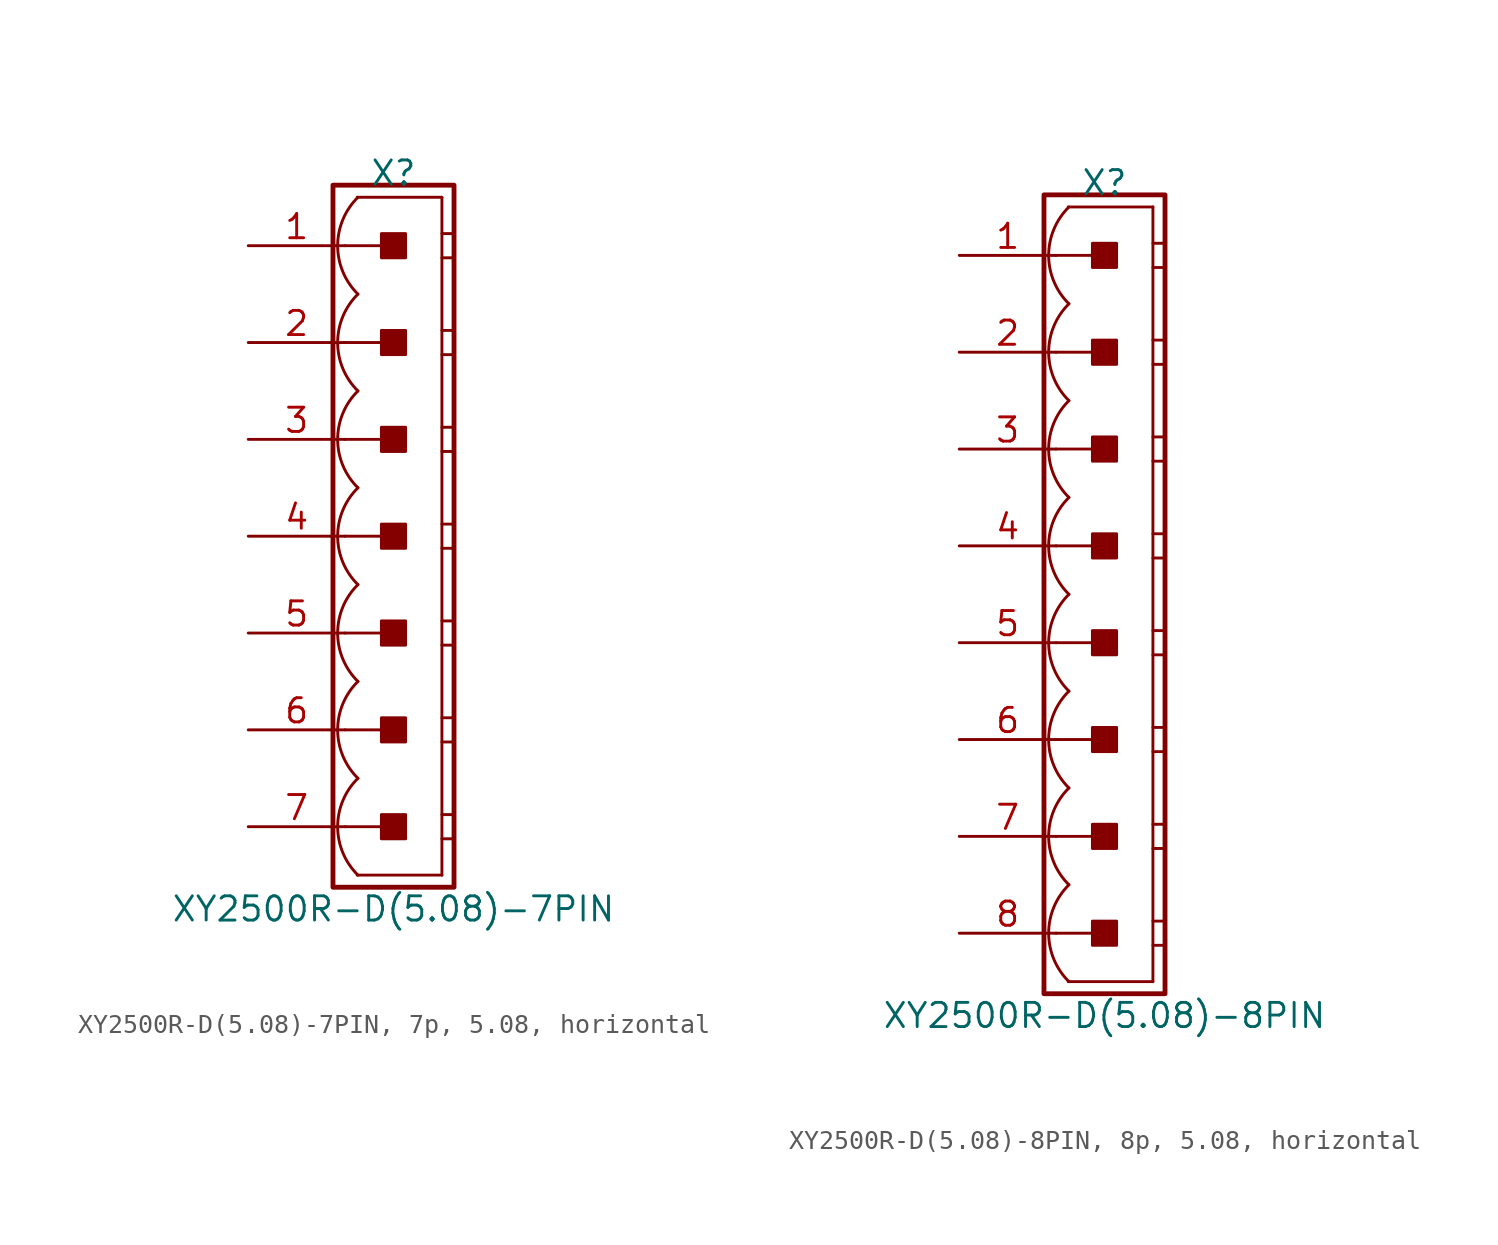
<source format=kicad_sym>
(kicad_symbol_lib
  (version 20241209)
  (generator "kicad_symbol_editor")
  (generator_version "9.0")
  (symbol "XY2500R-D(5.08)-7PIN, 7p, 5.08, horizontal"
    (pin_names
      (offset 1.016)
      (hide yes))
    (property "Reference" "X"
      (at 0 19.05 0)
      (effects (font (size 1.27 1.27))))
    (property "Value" "XY2500R-D(5.08)-7PIN"
      (at 0 -19.558 0)
      (effects (font (size 1.27 1.27))))
    (symbol "XY2500R-D(5.08)-7PIN, 7p, 5.08, horizontal_0_1"
      (polyline (pts (xy 2.54 17.78) (xy -1.905 17.78)) (stroke (width 0.152) (type default)) (fill (type none)))
      (polyline (pts (xy 2.54 17.78) (xy 2.54 -17.78)) (stroke (width 0.152) (type default)) (fill (type none)))
      (polyline (pts (xy 2.54 15.875) (xy 3.175 15.875)) (stroke (width 0.152) (type default)) (fill (type none)))
      (polyline (pts (xy 2.54 14.605) (xy 3.175 14.605)) (stroke (width 0.152) (type default)) (fill (type none)))
      (polyline (pts (xy 2.54 10.795) (xy 3.175 10.795)) (stroke (width 0.152) (type default)) (fill (type none)))
      (polyline (pts (xy 2.54 9.525) (xy 3.175 9.525)) (stroke (width 0.152) (type default)) (fill (type none)))
      (polyline (pts (xy 2.54 5.715) (xy 3.175 5.715)) (stroke (width 0.152) (type default)) (fill (type none)))
      (polyline (pts (xy 2.54 4.445) (xy 3.175 4.445)) (stroke (width 0.152) (type default)) (fill (type none)))
      (polyline (pts (xy 2.54 0.635) (xy 3.175 0.635)) (stroke (width 0.152) (type default)) (fill (type none)))
      (polyline (pts (xy 2.54 -0.635) (xy 3.175 -0.635)) (stroke (width 0.152) (type default)) (fill (type none)))
      (polyline (pts (xy 2.54 -4.445) (xy 3.175 -4.445)) (stroke (width 0.152) (type default)) (fill (type none)))
      (polyline (pts (xy 2.54 -5.715) (xy 3.175 -5.715)) (stroke (width 0.152) (type default)) (fill (type none)))
      (polyline (pts (xy 2.54 -9.525) (xy 3.175 -9.525)) (stroke (width 0.152) (type default)) (fill (type none)))
      (polyline (pts (xy 2.54 -10.795) (xy 3.175 -10.795)) (stroke (width 0.152) (type default)) (fill (type none)))
      (polyline (pts (xy 2.54 -14.605) (xy 3.175 -14.605)) (stroke (width 0.152) (type default)) (fill (type none)))
      (polyline (pts (xy 2.54 -15.875) (xy 3.175 -15.875)) (stroke (width 0.152) (type default)) (fill (type none)))
      (polyline (pts (xy 2.54 -17.78) (xy -1.905 -17.78)) (stroke (width 0.152) (type default)) (fill (type none))))
    (symbol "XY2500R-D(5.08)-7PIN, 7p, 5.08, horizontal_1_0"
      (polyline (pts (xy -2.54 15.24) (xy 0 15.24)) (stroke (width 0.152) (type default)) (fill (type none)))
      (polyline (pts (xy -2.54 10.16) (xy 0 10.16)) (stroke (width 0.152) (type default)) (fill (type none)))
      (polyline (pts (xy -2.54 5.08) (xy 0 5.08)) (stroke (width 0.152) (type default)) (fill (type none)))
      (polyline (pts (xy -2.54 0) (xy 0 0)) (stroke (width 0.152) (type default)) (fill (type none)))
      (polyline (pts (xy -2.54 -5.08) (xy 0 -5.08)) (stroke (width 0.152) (type default)) (fill (type none)))
      (polyline (pts (xy -2.54 -10.16) (xy 0 -10.16)) (stroke (width 0.152) (type default)) (fill (type none)))
      (polyline (pts (xy -2.54 -15.24) (xy 0 -15.24)) (stroke (width 0.152) (type default)) (fill (type none))))
    (symbol "XY2500R-D(5.08)-7PIN, 7p, 5.08, horizontal_1_1"
      (rectangle (start -3.175 18.415) (end 3.175 -18.415) (stroke (width 0.254) (type default)) (fill (type none)))
      (rectangle (start -0.635 14.605) (end 0.635 15.875) (stroke (width 0.152) (type default)) (fill (type outline)))
      (rectangle (start -0.635 9.525) (end 0.635 10.795) (stroke (width 0.152) (type default)) (fill (type outline)))
      (rectangle (start -0.635 4.445) (end 0.635 5.715) (stroke (width 0.152) (type default)) (fill (type outline)))
      (rectangle (start -0.635 -0.635) (end 0.635 0.635) (stroke (width 0.152) (type default)) (fill (type outline)))
      (rectangle (start -0.635 -5.715) (end 0.635 -4.445) (stroke (width 0.152) (type default)) (fill (type outline)))
      (rectangle (start -0.635 -10.795) (end 0.635 -9.525) (stroke (width 0.152) (type default)) (fill (type outline)))
      (rectangle (start -0.635 -15.875) (end 0.635 -14.605) (stroke (width 0.152) (type default)) (fill (type outline)))
      (arc (start -1.8664 12.7) (mid -2.9299 15.24) (end -1.8664 17.78) (stroke (width 0.1524) (type default)) (fill (type none)))
      (arc (start -1.8664 7.62) (mid -2.9299 10.16) (end -1.8664 12.7) (stroke (width 0.1524) (type default)) (fill (type none)))
      (arc (start -1.8664 2.54) (mid -2.9299 5.08) (end -1.8664 7.62) (stroke (width 0.1524) (type default)) (fill (type none)))
      (arc (start -1.8664 -2.54) (mid -2.9299 0) (end -1.8664 2.54) (stroke (width 0.1524) (type default)) (fill (type none)))
      (arc (start -1.8664 -7.62) (mid -2.9299 -5.08) (end -1.8664 -2.54) (stroke (width 0.1524) (type default)) (fill (type none)))
      (arc (start -1.8664 -12.7) (mid -2.9299 -10.16) (end -1.8664 -7.62) (stroke (width 0.1524) (type default)) (fill (type none)))
      (arc (start -1.8664 -17.78) (mid -2.9299 -15.24) (end -1.8664 -12.7) (stroke (width 0.1524) (type default)) (fill (type none)))
      (pin passive line (at -7.62 15.24 0) (length 5.08) (name "1" (effects (font (size 1.27 1.27)))) (number "1" (effects (font (size 1.27 1.27)))))
      (pin passive line (at -7.62 10.16 0) (length 5.08) (name "2" (effects (font (size 1.27 1.27)))) (number "2" (effects (font (size 1.27 1.27)))))
      (pin passive line (at -7.62 5.08 0) (length 5.08) (name "3" (effects (font (size 1.27 1.27)))) (number "3" (effects (font (size 1.27 1.27)))))
      (pin passive line (at -7.62 0 0) (length 5.08) (name "4" (effects (font (size 1.27 1.27)))) (number "4" (effects (font (size 1.27 1.27)))))
      (pin passive line (at -7.62 -5.08 0) (length 5.08) (name "5" (effects (font (size 1.27 1.27)))) (number "5" (effects (font (size 1.27 1.27)))))
      (pin passive line (at -7.62 -10.16 0) (length 5.08) (name "6" (effects (font (size 1.27 1.27)))) (number "6" (effects (font (size 1.27 1.27)))))
      (pin passive line (at -7.62 -15.24 0) (length 5.08) (name "7" (effects (font (size 1.27 1.27)))) (number "7" (effects (font (size 1.27 1.27)))))))
  (symbol "XY2500R-D(5.08)-8PIN, 8p, 5.08, horizontal"
    (pin_names
      (offset 1.016)
      (hide yes))
    (property "Reference" "X"
      (at 0 21.59 0)
      (effects (font (size 1.27 1.27))))
    (property "Value" "XY2500R-D(5.08)-8PIN"
      (at 0 -22.098 0)
      (effects (font (size 1.27 1.27))))
    (symbol "XY2500R-D(5.08)-8PIN, 8p, 5.08, horizontal_0_1"
      (polyline (pts (xy 2.54 20.32) (xy -1.905 20.32)) (stroke (width 0.152) (type default)) (fill (type none)))
      (polyline (pts (xy 2.54 20.32) (xy 2.54 -20.32)) (stroke (width 0.152) (type default)) (fill (type none)))
      (polyline (pts (xy 2.54 18.415) (xy 3.175 18.415)) (stroke (width 0.152) (type default)) (fill (type none)))
      (polyline (pts (xy 2.54 17.145) (xy 3.175 17.145)) (stroke (width 0.152) (type default)) (fill (type none)))
      (polyline (pts (xy 2.54 13.335) (xy 3.175 13.335)) (stroke (width 0.152) (type default)) (fill (type none)))
      (polyline (pts (xy 2.54 12.065) (xy 3.175 12.065)) (stroke (width 0.152) (type default)) (fill (type none)))
      (polyline (pts (xy 2.54 8.255) (xy 3.175 8.255)) (stroke (width 0.152) (type default)) (fill (type none)))
      (polyline (pts (xy 2.54 6.985) (xy 3.175 6.985)) (stroke (width 0.152) (type default)) (fill (type none)))
      (polyline (pts (xy 2.54 3.175) (xy 3.175 3.175)) (stroke (width 0.152) (type default)) (fill (type none)))
      (polyline (pts (xy 2.54 1.905) (xy 3.175 1.905)) (stroke (width 0.152) (type default)) (fill (type none)))
      (polyline (pts (xy 2.54 -1.905) (xy 3.175 -1.905)) (stroke (width 0.152) (type default)) (fill (type none)))
      (polyline (pts (xy 2.54 -3.175) (xy 3.175 -3.175)) (stroke (width 0.152) (type default)) (fill (type none)))
      (polyline (pts (xy 2.54 -6.985) (xy 3.175 -6.985)) (stroke (width 0.152) (type default)) (fill (type none)))
      (polyline (pts (xy 2.54 -8.255) (xy 3.175 -8.255)) (stroke (width 0.152) (type default)) (fill (type none)))
      (polyline (pts (xy 2.54 -12.065) (xy 3.175 -12.065)) (stroke (width 0.152) (type default)) (fill (type none)))
      (polyline (pts (xy 2.54 -13.335) (xy 3.175 -13.335)) (stroke (width 0.152) (type default)) (fill (type none)))
      (polyline (pts (xy 2.54 -17.145) (xy 3.175 -17.145)) (stroke (width 0.152) (type default)) (fill (type none)))
      (polyline (pts (xy 2.54 -18.415) (xy 3.175 -18.415)) (stroke (width 0.152) (type default)) (fill (type none)))
      (polyline (pts (xy 2.54 -20.32) (xy -1.905 -20.32)) (stroke (width 0.152) (type default)) (fill (type none))))
    (symbol "XY2500R-D(5.08)-8PIN, 8p, 5.08, horizontal_1_0"
      (polyline (pts (xy -2.54 17.78) (xy 0 17.78)) (stroke (width 0.152) (type default)) (fill (type none)))
      (polyline (pts (xy -2.54 12.7) (xy 0 12.7)) (stroke (width 0.152) (type default)) (fill (type none)))
      (polyline (pts (xy -2.54 7.62) (xy 0 7.62)) (stroke (width 0.152) (type default)) (fill (type none)))
      (polyline (pts (xy -2.54 2.54) (xy 0 2.54)) (stroke (width 0.152) (type default)) (fill (type none)))
      (polyline (pts (xy -2.54 -2.54) (xy 0 -2.54)) (stroke (width 0.152) (type default)) (fill (type none)))
      (polyline (pts (xy -2.54 -7.62) (xy 0 -7.62)) (stroke (width 0.152) (type default)) (fill (type none)))
      (polyline (pts (xy -2.54 -12.7) (xy 0 -12.7)) (stroke (width 0.152) (type default)) (fill (type none)))
      (polyline (pts (xy -2.54 -17.78) (xy 0 -17.78)) (stroke (width 0.152) (type default)) (fill (type none))))
    (symbol "XY2500R-D(5.08)-8PIN, 8p, 5.08, horizontal_1_1"
      (rectangle (start -3.175 20.955) (end 3.175 -20.955) (stroke (width 0.254) (type default)) (fill (type none)))
      (rectangle (start -0.635 17.145) (end 0.635 18.415) (stroke (width 0.152) (type default)) (fill (type outline)))
      (rectangle (start -0.635 12.065) (end 0.635 13.335) (stroke (width 0.152) (type default)) (fill (type outline)))
      (rectangle (start -0.635 6.985) (end 0.635 8.255) (stroke (width 0.152) (type default)) (fill (type outline)))
      (rectangle (start -0.635 1.905) (end 0.635 3.175) (stroke (width 0.152) (type default)) (fill (type outline)))
      (rectangle (start -0.635 -3.175) (end 0.635 -1.905) (stroke (width 0.152) (type default)) (fill (type outline)))
      (rectangle (start -0.635 -8.255) (end 0.635 -6.985) (stroke (width 0.152) (type default)) (fill (type outline)))
      (rectangle (start -0.635 -13.335) (end 0.635 -12.065) (stroke (width 0.152) (type default)) (fill (type outline)))
      (rectangle (start -0.635 -18.415) (end 0.635 -17.145) (stroke (width 0.152) (type default)) (fill (type outline)))
      (arc (start -1.8664 15.24) (mid -2.9299 17.78) (end -1.8664 20.32) (stroke (width 0.1524) (type default)) (fill (type none)))
      (arc (start -1.8664 10.16) (mid -2.9299 12.7) (end -1.8664 15.24) (stroke (width 0.1524) (type default)) (fill (type none)))
      (arc (start -1.8664 5.08) (mid -2.9299 7.62) (end -1.8664 10.16) (stroke (width 0.1524) (type default)) (fill (type none)))
      (arc (start -1.8664 0) (mid -2.9299 2.54) (end -1.8664 5.08) (stroke (width 0.1524) (type default)) (fill (type none)))
      (arc (start -1.8664 -5.08) (mid -2.9299 -2.54) (end -1.8664 0) (stroke (width 0.1524) (type default)) (fill (type none)))
      (arc (start -1.8664 -10.16) (mid -2.9299 -7.62) (end -1.8664 -5.08) (stroke (width 0.1524) (type default)) (fill (type none)))
      (arc (start -1.8664 -15.24) (mid -2.9299 -12.7) (end -1.8664 -10.16) (stroke (width 0.1524) (type default)) (fill (type none)))
      (arc (start -1.8664 -20.32) (mid -2.9299 -17.78) (end -1.8664 -15.24) (stroke (width 0.1524) (type default)) (fill (type none)))
      (pin passive line (at -7.62 17.78 0) (length 5.08) (name "1" (effects (font (size 1.27 1.27)))) (number "1" (effects (font (size 1.27 1.27)))))
      (pin passive line (at -7.62 12.7 0) (length 5.08) (name "2" (effects (font (size 1.27 1.27)))) (number "2" (effects (font (size 1.27 1.27)))))
      (pin passive line (at -7.62 7.62 0) (length 5.08) (name "3" (effects (font (size 1.27 1.27)))) (number "3" (effects (font (size 1.27 1.27)))))
      (pin passive line (at -7.62 2.54 0) (length 5.08) (name "4" (effects (font (size 1.27 1.27)))) (number "4" (effects (font (size 1.27 1.27)))))
      (pin passive line (at -7.62 -2.54 0) (length 5.08) (name "5" (effects (font (size 1.27 1.27)))) (number "5" (effects (font (size 1.27 1.27)))))
      (pin passive line (at -7.62 -7.62 0) (length 5.08) (name "6" (effects (font (size 1.27 1.27)))) (number "6" (effects (font (size 1.27 1.27)))))
      (pin passive line (at -7.62 -12.7 0) (length 5.08) (name "7" (effects (font (size 1.27 1.27)))) (number "7" (effects (font (size 1.27 1.27)))))
      (pin passive line (at -7.62 -17.78 0) (length 5.08) (name "8" (effects (font (size 1.27 1.27)))) (number "8" (effects (font (size 1.27 1.27))))))))
</source>
